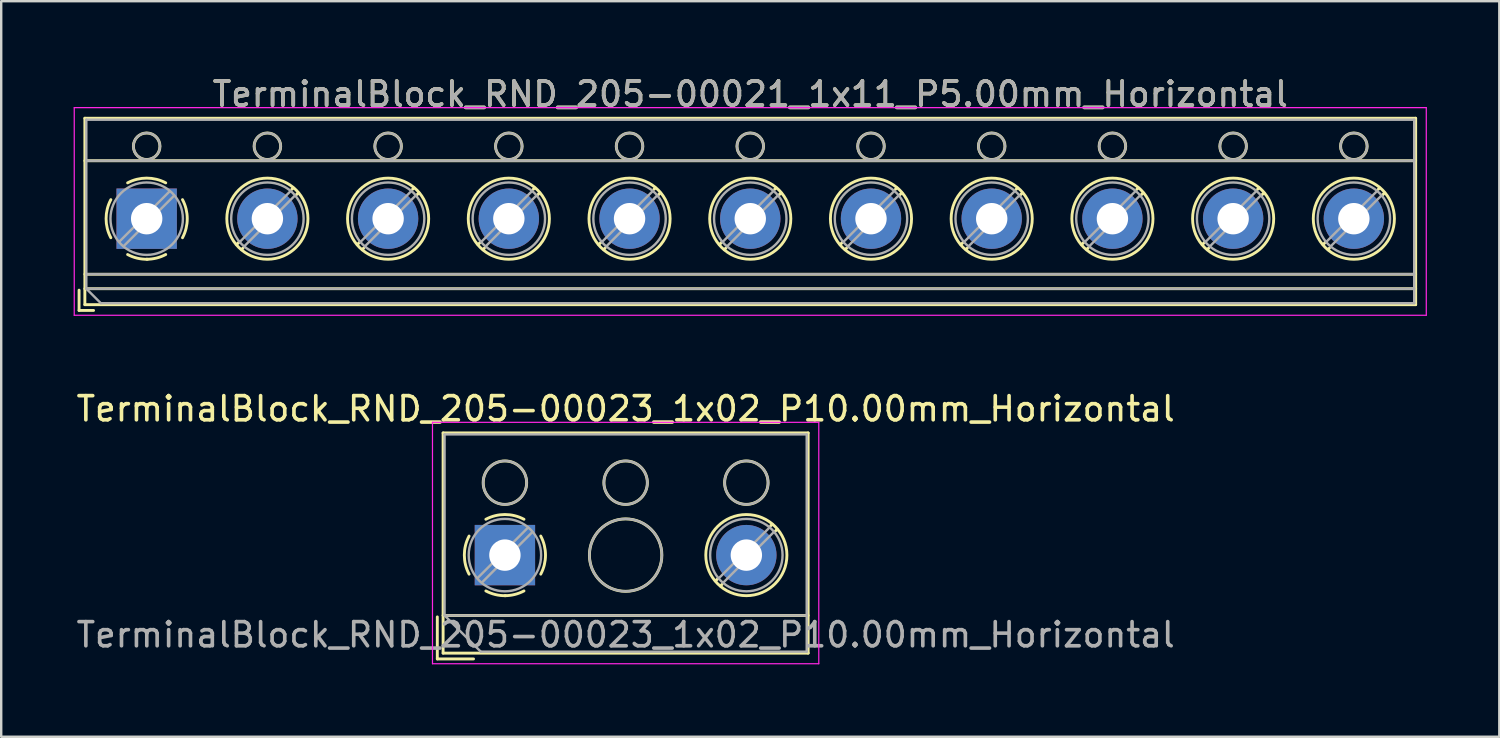
<source format=kicad_pcb>
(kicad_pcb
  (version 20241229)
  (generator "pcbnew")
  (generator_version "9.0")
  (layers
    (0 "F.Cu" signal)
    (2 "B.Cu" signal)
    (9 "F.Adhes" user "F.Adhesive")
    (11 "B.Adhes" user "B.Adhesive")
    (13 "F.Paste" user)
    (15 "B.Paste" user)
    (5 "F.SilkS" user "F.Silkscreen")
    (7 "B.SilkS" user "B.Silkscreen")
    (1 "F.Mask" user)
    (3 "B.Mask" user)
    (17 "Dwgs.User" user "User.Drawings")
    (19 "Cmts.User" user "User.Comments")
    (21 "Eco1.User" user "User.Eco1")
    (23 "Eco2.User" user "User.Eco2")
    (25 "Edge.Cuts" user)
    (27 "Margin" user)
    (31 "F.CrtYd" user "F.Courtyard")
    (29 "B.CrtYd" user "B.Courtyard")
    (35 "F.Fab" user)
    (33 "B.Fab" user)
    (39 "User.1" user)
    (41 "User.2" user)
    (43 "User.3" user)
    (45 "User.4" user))
  (footprint "TerminalBlock_RND_205-00021_1x11_P5.00mm_Horizontal"
    (layer "F.Cu")
    (at 3.025 6.008)
    (property "Reference" "TerminalBlock_RND_205-00021_1x11_P5.00mm_Horizontal" (at 25 -5.16 0) (layer "F.SilkS") (effects (font (size 1 1) (thickness 0.15))))
    (attr through_hole)
    (fp_line (start -2.8 2.96) (end -2.8 3.8) (stroke (width 0.12) (type solid)) (layer "F.SilkS"))
    (fp_line (start -2.8 3.8) (end -2.2 3.8) (stroke (width 0.12) (type solid)) (layer "F.SilkS"))
    (fp_line (start -2.56 -4.16) (end -2.56 3.561) (stroke (width 0.12) (type solid)) (layer "F.SilkS"))
    (fp_line (start -2.56 -4.16) (end 52.56 -4.16) (stroke (width 0.12) (type solid)) (layer "F.SilkS"))
    (fp_line (start -2.56 -2.4) (end 52.56 -2.4) (stroke (width 0.12) (type solid)) (layer "F.SilkS"))
    (fp_line (start -2.56 2.3) (end 52.56 2.3) (stroke (width 0.12) (type solid)) (layer "F.SilkS"))
    (fp_line (start -2.56 2.9) (end 52.56 2.9) (stroke (width 0.12) (type solid)) (layer "F.SilkS"))
    (fp_line (start -2.56 3.561) (end 52.56 3.561) (stroke (width 0.12) (type solid)) (layer "F.SilkS"))
    (fp_line (start 3.82 0.976) (end 3.726 1.069) (stroke (width 0.12) (type solid)) (layer "F.SilkS"))
    (fp_line (start 3.99 1.216) (end 3.931 1.274) (stroke (width 0.12) (type solid)) (layer "F.SilkS"))
    (fp_line (start 6.07 -1.275) (end 6.011 -1.216) (stroke (width 0.12) (type solid)) (layer "F.SilkS"))
    (fp_line (start 6.275 -1.069) (end 6.181 -0.976) (stroke (width 0.12) (type solid)) (layer "F.SilkS"))
    (fp_line (start 8.82 0.976) (end 8.726 1.069) (stroke (width 0.12) (type solid)) (layer "F.SilkS"))
    (fp_line (start 8.99 1.216) (end 8.931 1.274) (stroke (width 0.12) (type solid)) (layer "F.SilkS"))
    (fp_line (start 11.07 -1.275) (end 11.011 -1.216) (stroke (width 0.12) (type solid)) (layer "F.SilkS"))
    (fp_line (start 11.275 -1.069) (end 11.181 -0.976) (stroke (width 0.12) (type solid)) (layer "F.SilkS"))
    (fp_line (start 13.82 0.976) (end 13.726 1.069) (stroke (width 0.12) (type solid)) (layer "F.SilkS"))
    (fp_line (start 13.99 1.216) (end 13.931 1.274) (stroke (width 0.12) (type solid)) (layer "F.SilkS"))
    (fp_line (start 16.07 -1.275) (end 16.011 -1.216) (stroke (width 0.12) (type solid)) (layer "F.SilkS"))
    (fp_line (start 16.275 -1.069) (end 16.181 -0.976) (stroke (width 0.12) (type solid)) (layer "F.SilkS"))
    (fp_line (start 18.82 0.976) (end 18.726 1.069) (stroke (width 0.12) (type solid)) (layer "F.SilkS"))
    (fp_line (start 18.99 1.216) (end 18.931 1.274) (stroke (width 0.12) (type solid)) (layer "F.SilkS"))
    (fp_line (start 21.07 -1.275) (end 21.011 -1.216) (stroke (width 0.12) (type solid)) (layer "F.SilkS"))
    (fp_line (start 21.275 -1.069) (end 21.181 -0.976) (stroke (width 0.12) (type solid)) (layer "F.SilkS"))
    (fp_line (start 23.82 0.976) (end 23.726 1.069) (stroke (width 0.12) (type solid)) (layer "F.SilkS"))
    (fp_line (start 23.99 1.216) (end 23.931 1.274) (stroke (width 0.12) (type solid)) (layer "F.SilkS"))
    (fp_line (start 26.07 -1.275) (end 26.011 -1.216) (stroke (width 0.12) (type solid)) (layer "F.SilkS"))
    (fp_line (start 26.275 -1.069) (end 26.181 -0.976) (stroke (width 0.12) (type solid)) (layer "F.SilkS"))
    (fp_line (start 28.82 0.976) (end 28.726 1.069) (stroke (width 0.12) (type solid)) (layer "F.SilkS"))
    (fp_line (start 28.99 1.216) (end 28.931 1.274) (stroke (width 0.12) (type solid)) (layer "F.SilkS"))
    (fp_line (start 31.07 -1.275) (end 31.011 -1.216) (stroke (width 0.12) (type solid)) (layer "F.SilkS"))
    (fp_line (start 31.275 -1.069) (end 31.181 -0.976) (stroke (width 0.12) (type solid)) (layer "F.SilkS"))
    (fp_line (start 33.82 0.976) (end 33.726 1.069) (stroke (width 0.12) (type solid)) (layer "F.SilkS"))
    (fp_line (start 33.99 1.216) (end 33.931 1.274) (stroke (width 0.12) (type solid)) (layer "F.SilkS"))
    (fp_line (start 36.07 -1.275) (end 36.011 -1.216) (stroke (width 0.12) (type solid)) (layer "F.SilkS"))
    (fp_line (start 36.275 -1.069) (end 36.181 -0.976) (stroke (width 0.12) (type solid)) (layer "F.SilkS"))
    (fp_line (start 38.82 0.976) (end 38.726 1.069) (stroke (width 0.12) (type solid)) (layer "F.SilkS"))
    (fp_line (start 38.99 1.216) (end 38.931 1.274) (stroke (width 0.12) (type solid)) (layer "F.SilkS"))
    (fp_line (start 41.07 -1.275) (end 41.011 -1.216) (stroke (width 0.12) (type solid)) (layer "F.SilkS"))
    (fp_line (start 41.275 -1.069) (end 41.181 -0.976) (stroke (width 0.12) (type solid)) (layer "F.SilkS"))
    (fp_line (start 43.82 0.976) (end 43.726 1.069) (stroke (width 0.12) (type solid)) (layer "F.SilkS"))
    (fp_line (start 43.99 1.216) (end 43.931 1.274) (stroke (width 0.12) (type solid)) (layer "F.SilkS"))
    (fp_line (start 46.07 -1.275) (end 46.011 -1.216) (stroke (width 0.12) (type solid)) (layer "F.SilkS"))
    (fp_line (start 46.275 -1.069) (end 46.181 -0.976) (stroke (width 0.12) (type solid)) (layer "F.SilkS"))
    (fp_line (start 48.82 0.976) (end 48.726 1.069) (stroke (width 0.12) (type solid)) (layer "F.SilkS"))
    (fp_line (start 48.99 1.216) (end 48.931 1.274) (stroke (width 0.12) (type solid)) (layer "F.SilkS"))
    (fp_line (start 51.07 -1.275) (end 51.011 -1.216) (stroke (width 0.12) (type solid)) (layer "F.SilkS"))
    (fp_line (start 51.275 -1.069) (end 51.181 -0.976) (stroke (width 0.12) (type solid)) (layer "F.SilkS"))
    (fp_line (start 52.56 -4.16) (end 52.56 3.561) (stroke (width 0.12) (type solid)) (layer "F.SilkS"))
    (fp_arc (start -1.483953 0.789089) (mid -1.680708 0.00005) (end -1.484 -0.789) (stroke (width 0.12) (type solid)) (layer "F.SilkS"))
    (fp_arc (start -0.789089 -1.483953) (mid -0.00005 -1.680708) (end 0.789 -1.484) (stroke (width 0.12) (type solid)) (layer "F.SilkS"))
    (fp_arc (start 0.029383 1.68045) (mid -0.392304 1.634281) (end -0.789 1.484) (stroke (width 0.12) (type solid)) (layer "F.SilkS"))
    (fp_arc (start 0.788712 1.483352) (mid 0.406429 1.630097) (end 0 1.68) (stroke (width 0.12) (type solid)) (layer "F.SilkS"))
    (fp_arc (start 1.483953 -0.789089) (mid 1.680708 -0.00005) (end 1.484 0.789) (stroke (width 0.12) (type solid)) (layer "F.SilkS"))
    (fp_circle (center 0 -3) (end 0.55 -3) (stroke (width 0.12) (type solid)) (fill no) (layer "F.SilkS"))
    (fp_circle (center 5 -3) (end 5.55 -3) (stroke (width 0.12) (type solid)) (fill no) (layer "F.SilkS"))
    (fp_circle (center 5 0) (end 6.68 0) (stroke (width 0.12) (type solid)) (fill no) (layer "F.SilkS"))
    (fp_circle (center 10 -3) (end 10.55 -3) (stroke (width 0.12) (type solid)) (fill no) (layer "F.SilkS"))
    (fp_circle (center 10 0) (end 11.68 0) (stroke (width 0.12) (type solid)) (fill no) (layer "F.SilkS"))
    (fp_circle (center 15 -3) (end 15.55 -3) (stroke (width 0.12) (type solid)) (fill no) (layer "F.SilkS"))
    (fp_circle (center 15 0) (end 16.68 0) (stroke (width 0.12) (type solid)) (fill no) (layer "F.SilkS"))
    (fp_circle (center 20 -3) (end 20.55 -3) (stroke (width 0.12) (type solid)) (fill no) (layer "F.SilkS"))
    (fp_circle (center 20 0) (end 21.68 0) (stroke (width 0.12) (type solid)) (fill no) (layer "F.SilkS"))
    (fp_circle (center 25 -3) (end 25.55 -3) (stroke (width 0.12) (type solid)) (fill no) (layer "F.SilkS"))
    (fp_circle (center 25 0) (end 26.68 0) (stroke (width 0.12) (type solid)) (fill no) (layer "F.SilkS"))
    (fp_circle (center 30 -3) (end 30.55 -3) (stroke (width 0.12) (type solid)) (fill no) (layer "F.SilkS"))
    (fp_circle (center 30 0) (end 31.68 0) (stroke (width 0.12) (type solid)) (fill no) (layer "F.SilkS"))
    (fp_circle (center 35 -3) (end 35.55 -3) (stroke (width 0.12) (type solid)) (fill no) (layer "F.SilkS"))
    (fp_circle (center 35 0) (end 36.68 0) (stroke (width 0.12) (type solid)) (fill no) (layer "F.SilkS"))
    (fp_circle (center 40 -3) (end 40.55 -3) (stroke (width 0.12) (type solid)) (fill no) (layer "F.SilkS"))
    (fp_circle (center 40 0) (end 41.68 0) (stroke (width 0.12) (type solid)) (fill no) (layer "F.SilkS"))
    (fp_circle (center 45 -3) (end 45.55 -3) (stroke (width 0.12) (type solid)) (fill no) (layer "F.SilkS"))
    (fp_circle (center 45 0) (end 46.68 0) (stroke (width 0.12) (type solid)) (fill no) (layer "F.SilkS"))
    (fp_circle (center 50 -3) (end 50.55 -3) (stroke (width 0.12) (type solid)) (fill no) (layer "F.SilkS"))
    (fp_circle (center 50 0) (end 51.68 0) (stroke (width 0.12) (type solid)) (fill no) (layer "F.SilkS"))
    (fp_line (start -3 -4.6) (end -3 4) (stroke (width 0.05) (type solid)) (layer "F.CrtYd"))
    (fp_line (start -3 4) (end 53 4) (stroke (width 0.05) (type solid)) (layer "F.CrtYd"))
    (fp_line (start 53 -4.6) (end -3 -4.6) (stroke (width 0.05) (type solid)) (layer "F.CrtYd"))
    (fp_line (start 53 4) (end 53 -4.6) (stroke (width 0.05) (type solid)) (layer "F.CrtYd"))
    (fp_line (start -2.5 -4.1) (end 52.5 -4.1) (stroke (width 0.1) (type solid)) (layer "F.Fab"))
    (fp_line (start -2.5 -2.4) (end 52.5 -2.4) (stroke (width 0.1) (type solid)) (layer "F.Fab"))
    (fp_line (start -2.5 2.3) (end 52.5 2.3) (stroke (width 0.1) (type solid)) (layer "F.Fab"))
    (fp_line (start -2.5 2.9) (end -2.5 -4.1) (stroke (width 0.1) (type solid)) (layer "F.Fab"))
    (fp_line (start -2.5 2.9) (end 52.5 2.9) (stroke (width 0.1) (type solid)) (layer "F.Fab"))
    (fp_line (start -1.9 3.5) (end -2.5 2.9) (stroke (width 0.1) (type solid)) (layer "F.Fab"))
    (fp_line (start 0.955 -1.138) (end -1.138 0.955) (stroke (width 0.1) (type solid)) (layer "F.Fab"))
    (fp_line (start 1.138 -0.955) (end -0.955 1.138) (stroke (width 0.1) (type solid)) (layer "F.Fab"))
    (fp_line (start 5.955 -1.138) (end 3.863 0.955) (stroke (width 0.1) (type solid)) (layer "F.Fab"))
    (fp_line (start 6.138 -0.955) (end 4.046 1.138) (stroke (width 0.1) (type solid)) (layer "F.Fab"))
    (fp_line (start 10.955 -1.138) (end 8.863 0.955) (stroke (width 0.1) (type solid)) (layer "F.Fab"))
    (fp_line (start 11.138 -0.955) (end 9.046 1.138) (stroke (width 0.1) (type solid)) (layer "F.Fab"))
    (fp_line (start 15.955 -1.138) (end 13.863 0.955) (stroke (width 0.1) (type solid)) (layer "F.Fab"))
    (fp_line (start 16.138 -0.955) (end 14.046 1.138) (stroke (width 0.1) (type solid)) (layer "F.Fab"))
    (fp_line (start 20.955 -1.138) (end 18.863 0.955) (stroke (width 0.1) (type solid)) (layer "F.Fab"))
    (fp_line (start 21.138 -0.955) (end 19.046 1.138) (stroke (width 0.1) (type solid)) (layer "F.Fab"))
    (fp_line (start 25.955 -1.138) (end 23.863 0.955) (stroke (width 0.1) (type solid)) (layer "F.Fab"))
    (fp_line (start 26.138 -0.955) (end 24.046 1.138) (stroke (width 0.1) (type solid)) (layer "F.Fab"))
    (fp_line (start 30.955 -1.138) (end 28.863 0.955) (stroke (width 0.1) (type solid)) (layer "F.Fab"))
    (fp_line (start 31.138 -0.955) (end 29.046 1.138) (stroke (width 0.1) (type solid)) (layer "F.Fab"))
    (fp_line (start 35.955 -1.138) (end 33.863 0.955) (stroke (width 0.1) (type solid)) (layer "F.Fab"))
    (fp_line (start 36.138 -0.955) (end 34.046 1.138) (stroke (width 0.1) (type solid)) (layer "F.Fab"))
    (fp_line (start 40.955 -1.138) (end 38.863 0.955) (stroke (width 0.1) (type solid)) (layer "F.Fab"))
    (fp_line (start 41.138 -0.955) (end 39.046 1.138) (stroke (width 0.1) (type solid)) (layer "F.Fab"))
    (fp_line (start 45.955 -1.138) (end 43.863 0.955) (stroke (width 0.1) (type solid)) (layer "F.Fab"))
    (fp_line (start 46.138 -0.955) (end 44.046 1.138) (stroke (width 0.1) (type solid)) (layer "F.Fab"))
    (fp_line (start 50.955 -1.138) (end 48.863 0.955) (stroke (width 0.1) (type solid)) (layer "F.Fab"))
    (fp_line (start 51.138 -0.955) (end 49.046 1.138) (stroke (width 0.1) (type solid)) (layer "F.Fab"))
    (fp_line (start 52.5 -4.1) (end 52.5 3.5) (stroke (width 0.1) (type solid)) (layer "F.Fab"))
    (fp_line (start 52.5 3.5) (end -1.9 3.5) (stroke (width 0.1) (type solid)) (layer "F.Fab"))
    (fp_circle (center 0 -3) (end 0.55 -3) (stroke (width 0.1) (type solid)) (fill no) (layer "F.Fab"))
    (fp_circle (center 0 0) (end 1.5 0) (stroke (width 0.1) (type solid)) (fill no) (layer "F.Fab"))
    (fp_circle (center 5 -3) (end 5.55 -3) (stroke (width 0.1) (type solid)) (fill no) (layer "F.Fab"))
    (fp_circle (center 5 0) (end 6.5 0) (stroke (width 0.1) (type solid)) (fill no) (layer "F.Fab"))
    (fp_circle (center 10 -3) (end 10.55 -3) (stroke (width 0.1) (type solid)) (fill no) (layer "F.Fab"))
    (fp_circle (center 10 0) (end 11.5 0) (stroke (width 0.1) (type solid)) (fill no) (layer "F.Fab"))
    (fp_circle (center 15 -3) (end 15.55 -3) (stroke (width 0.1) (type solid)) (fill no) (layer "F.Fab"))
    (fp_circle (center 15 0) (end 16.5 0) (stroke (width 0.1) (type solid)) (fill no) (layer "F.Fab"))
    (fp_circle (center 20 -3) (end 20.55 -3) (stroke (width 0.1) (type solid)) (fill no) (layer "F.Fab"))
    (fp_circle (center 20 0) (end 21.5 0) (stroke (width 0.1) (type solid)) (fill no) (layer "F.Fab"))
    (fp_circle (center 25 -3) (end 25.55 -3) (stroke (width 0.1) (type solid)) (fill no) (layer "F.Fab"))
    (fp_circle (center 25 0) (end 26.5 0) (stroke (width 0.1) (type solid)) (fill no) (layer "F.Fab"))
    (fp_circle (center 30 -3) (end 30.55 -3) (stroke (width 0.1) (type solid)) (fill no) (layer "F.Fab"))
    (fp_circle (center 30 0) (end 31.5 0) (stroke (width 0.1) (type solid)) (fill no) (layer "F.Fab"))
    (fp_circle (center 35 -3) (end 35.55 -3) (stroke (width 0.1) (type solid)) (fill no) (layer "F.Fab"))
    (fp_circle (center 35 0) (end 36.5 0) (stroke (width 0.1) (type solid)) (fill no) (layer "F.Fab"))
    (fp_circle (center 40 -3) (end 40.55 -3) (stroke (width 0.1) (type solid)) (fill no) (layer "F.Fab"))
    (fp_circle (center 40 0) (end 41.5 0) (stroke (width 0.1) (type solid)) (fill no) (layer "F.Fab"))
    (fp_circle (center 45 -3) (end 45.55 -3) (stroke (width 0.1) (type solid)) (fill no) (layer "F.Fab"))
    (fp_circle (center 45 0) (end 46.5 0) (stroke (width 0.1) (type solid)) (fill no) (layer "F.Fab"))
    (fp_circle (center 50 -3) (end 50.55 -3) (stroke (width 0.1) (type solid)) (fill no) (layer "F.Fab"))
    (fp_circle (center 50 0) (end 51.5 0) (stroke (width 0.1) (type solid)) (fill no) (layer "F.Fab"))
    (fp_text user "${REFERENCE}" (at 25 -5.16 0) (layer "F.Fab") (effects (font (size 1 1) (thickness 0.15))))
    (pad "1" thru_hole rect (at 0 0) (size 2.5 2.5) (drill 1.3) (layers "*.Cu" "*.Mask"))
    (pad "2" thru_hole circle (at 5 0) (size 2.5 2.5) (drill 1.3) (layers "*.Cu" "*.Mask"))
    (pad "3" thru_hole circle (at 10 0) (size 2.5 2.5) (drill 1.3) (layers "*.Cu" "*.Mask"))
    (pad "4" thru_hole circle (at 15 0) (size 2.5 2.5) (drill 1.3) (layers "*.Cu" "*.Mask"))
    (pad "5" thru_hole circle (at 20 0) (size 2.5 2.5) (drill 1.3) (layers "*.Cu" "*.Mask"))
    (pad "6" thru_hole circle (at 25 0) (size 2.5 2.5) (drill 1.3) (layers "*.Cu" "*.Mask"))
    (pad "7" thru_hole circle (at 30 0) (size 2.5 2.5) (drill 1.3) (layers "*.Cu" "*.Mask"))
    (pad "8" thru_hole circle (at 35 0) (size 2.5 2.5) (drill 1.3) (layers "*.Cu" "*.Mask"))
    (pad "9" thru_hole circle (at 40 0) (size 2.5 2.5) (drill 1.3) (layers "*.Cu" "*.Mask"))
    (pad "10" thru_hole circle (at 45 0) (size 2.5 2.5) (drill 1.3) (layers "*.Cu" "*.Mask"))
    (pad "11" thru_hole circle (at 50 0) (size 2.5 2.5) (drill 1.3) (layers "*.Cu" "*.Mask")))
  (footprint "TerminalBlock_RND_205-00023_1x02_P10.00mm_Horizontal"
    (layer "F.Cu")
    (at 17.863 19.942)
    (property "Reference" "TerminalBlock_RND_205-00023_1x02_P10.00mm_Horizontal" (at 5 -6.06 0) (layer "F.SilkS") (effects (font (size 1 1) (thickness 0.15))))
    (attr through_hole)
    (fp_line (start -2.8 2.56) (end -2.8 4.3) (stroke (width 0.12) (type solid)) (layer "F.SilkS"))
    (fp_line (start -2.8 4.3) (end -1.3 4.3) (stroke (width 0.12) (type solid)) (layer "F.SilkS"))
    (fp_line (start -2.56 -5.06) (end -2.56 4.06) (stroke (width 0.12) (type solid)) (layer "F.SilkS"))
    (fp_line (start -2.56 -5.06) (end 12.56 -5.06) (stroke (width 0.12) (type solid)) (layer "F.SilkS"))
    (fp_line (start -2.56 2.5) (end 12.56 2.5) (stroke (width 0.12) (type solid)) (layer "F.SilkS"))
    (fp_line (start -2.56 4.06) (end 12.56 4.06) (stroke (width 0.12) (type solid)) (layer "F.SilkS"))
    (fp_line (start 8.82 0.976) (end 8.726 1.069) (stroke (width 0.12) (type solid)) (layer "F.SilkS"))
    (fp_line (start 8.99 1.216) (end 8.931 1.274) (stroke (width 0.12) (type solid)) (layer "F.SilkS"))
    (fp_line (start 11.07 -1.275) (end 11.011 -1.216) (stroke (width 0.12) (type solid)) (layer "F.SilkS"))
    (fp_line (start 11.275 -1.069) (end 11.181 -0.976) (stroke (width 0.12) (type solid)) (layer "F.SilkS"))
    (fp_line (start 12.56 -5.06) (end 12.56 4.06) (stroke (width 0.12) (type solid)) (layer "F.SilkS"))
    (fp_arc (start -1.483953 0.789089) (mid -1.680708 0.00005) (end -1.484 -0.789) (stroke (width 0.12) (type solid)) (layer "F.SilkS"))
    (fp_arc (start -0.789089 -1.483953) (mid -0.00005 -1.680708) (end 0.789 -1.484) (stroke (width 0.12) (type solid)) (layer "F.SilkS"))
    (fp_arc (start 0.029383 1.68045) (mid -0.392304 1.634281) (end -0.789 1.484) (stroke (width 0.12) (type solid)) (layer "F.SilkS"))
    (fp_arc (start 0.788712 1.483352) (mid 0.406429 1.630097) (end 0 1.68) (stroke (width 0.12) (type solid)) (layer "F.SilkS"))
    (fp_arc (start 1.483953 -0.789089) (mid 1.680708 -0.00005) (end 1.484 0.789) (stroke (width 0.12) (type solid)) (layer "F.SilkS"))
    (fp_circle (center 0 -3) (end 0.9 -3) (stroke (width 0.12) (type solid)) (fill no) (layer "F.SilkS"))
    (fp_circle (center 5 -3) (end 5.9 -3) (stroke (width 0.12) (type solid)) (fill no) (layer "F.SilkS"))
    (fp_circle (center 5 0) (end 6.5 0) (stroke (width 0.12) (type solid)) (fill no) (layer "F.SilkS"))
    (fp_circle (center 10 -3) (end 10.9 -3) (stroke (width 0.12) (type solid)) (fill no) (layer "F.SilkS"))
    (fp_circle (center 10 0) (end 11.68 0) (stroke (width 0.12) (type solid)) (fill no) (layer "F.SilkS"))
    (fp_line (start -3 -5.5) (end -3 4.5) (stroke (width 0.05) (type solid)) (layer "F.CrtYd"))
    (fp_line (start -3 4.5) (end 13 4.5) (stroke (width 0.05) (type solid)) (layer "F.CrtYd"))
    (fp_line (start 13 -5.5) (end -3 -5.5) (stroke (width 0.05) (type solid)) (layer "F.CrtYd"))
    (fp_line (start 13 4.5) (end 13 -5.5) (stroke (width 0.05) (type solid)) (layer "F.CrtYd"))
    (fp_line (start -2.5 -5) (end 12.5 -5) (stroke (width 0.1) (type solid)) (layer "F.Fab"))
    (fp_line (start -2.5 2.5) (end -2.5 -5) (stroke (width 0.1) (type solid)) (layer "F.Fab"))
    (fp_line (start -2.5 2.5) (end 12.5 2.5) (stroke (width 0.1) (type solid)) (layer "F.Fab"))
    (fp_line (start -1 4) (end -2.5 2.5) (stroke (width 0.1) (type solid)) (layer "F.Fab"))
    (fp_line (start 0.955 -1.138) (end -1.138 0.955) (stroke (width 0.1) (type solid)) (layer "F.Fab"))
    (fp_line (start 1.138 -0.955) (end -0.955 1.138) (stroke (width 0.1) (type solid)) (layer "F.Fab"))
    (fp_line (start 10.955 -1.138) (end 8.863 0.955) (stroke (width 0.1) (type solid)) (layer "F.Fab"))
    (fp_line (start 11.138 -0.955) (end 9.046 1.138) (stroke (width 0.1) (type solid)) (layer "F.Fab"))
    (fp_line (start 12.5 -5) (end 12.5 4) (stroke (width 0.1) (type solid)) (layer "F.Fab"))
    (fp_line (start 12.5 4) (end -1 4) (stroke (width 0.1) (type solid)) (layer "F.Fab"))
    (fp_circle (center 0 -3) (end 0.9 -3) (stroke (width 0.1) (type solid)) (fill no) (layer "F.Fab"))
    (fp_circle (center 0 0) (end 1.5 0) (stroke (width 0.1) (type solid)) (fill no) (layer "F.Fab"))
    (fp_circle (center 5 -3) (end 5.9 -3) (stroke (width 0.1) (type solid)) (fill no) (layer "F.Fab"))
    (fp_circle (center 5 0) (end 6.5 0) (stroke (width 0.1) (type solid)) (fill no) (layer "F.Fab"))
    (fp_circle (center 10 -3) (end 10.9 -3) (stroke (width 0.1) (type solid)) (fill no) (layer "F.Fab"))
    (fp_circle (center 10 0) (end 11.5 0) (stroke (width 0.1) (type solid)) (fill no) (layer "F.Fab"))
    (fp_text user "${REFERENCE}" (at 5 3.3 0) (layer "F.Fab") (effects (font (size 1 1) (thickness 0.15))))
    (pad "1" thru_hole rect (at 0 0) (size 2.5 2.5) (drill 1.3) (layers "*.Cu" "*.Mask"))
    (pad "2" thru_hole circle (at 10 0) (size 2.5 2.5) (drill 1.3) (layers "*.Cu" "*.Mask")))
  (gr_rect
    (start -3 -3)
    (end 59.05 27.466)
    (stroke (width 0.1) (type default))
    (fill no)
    (layer "Edge.Cuts")))
</source>
